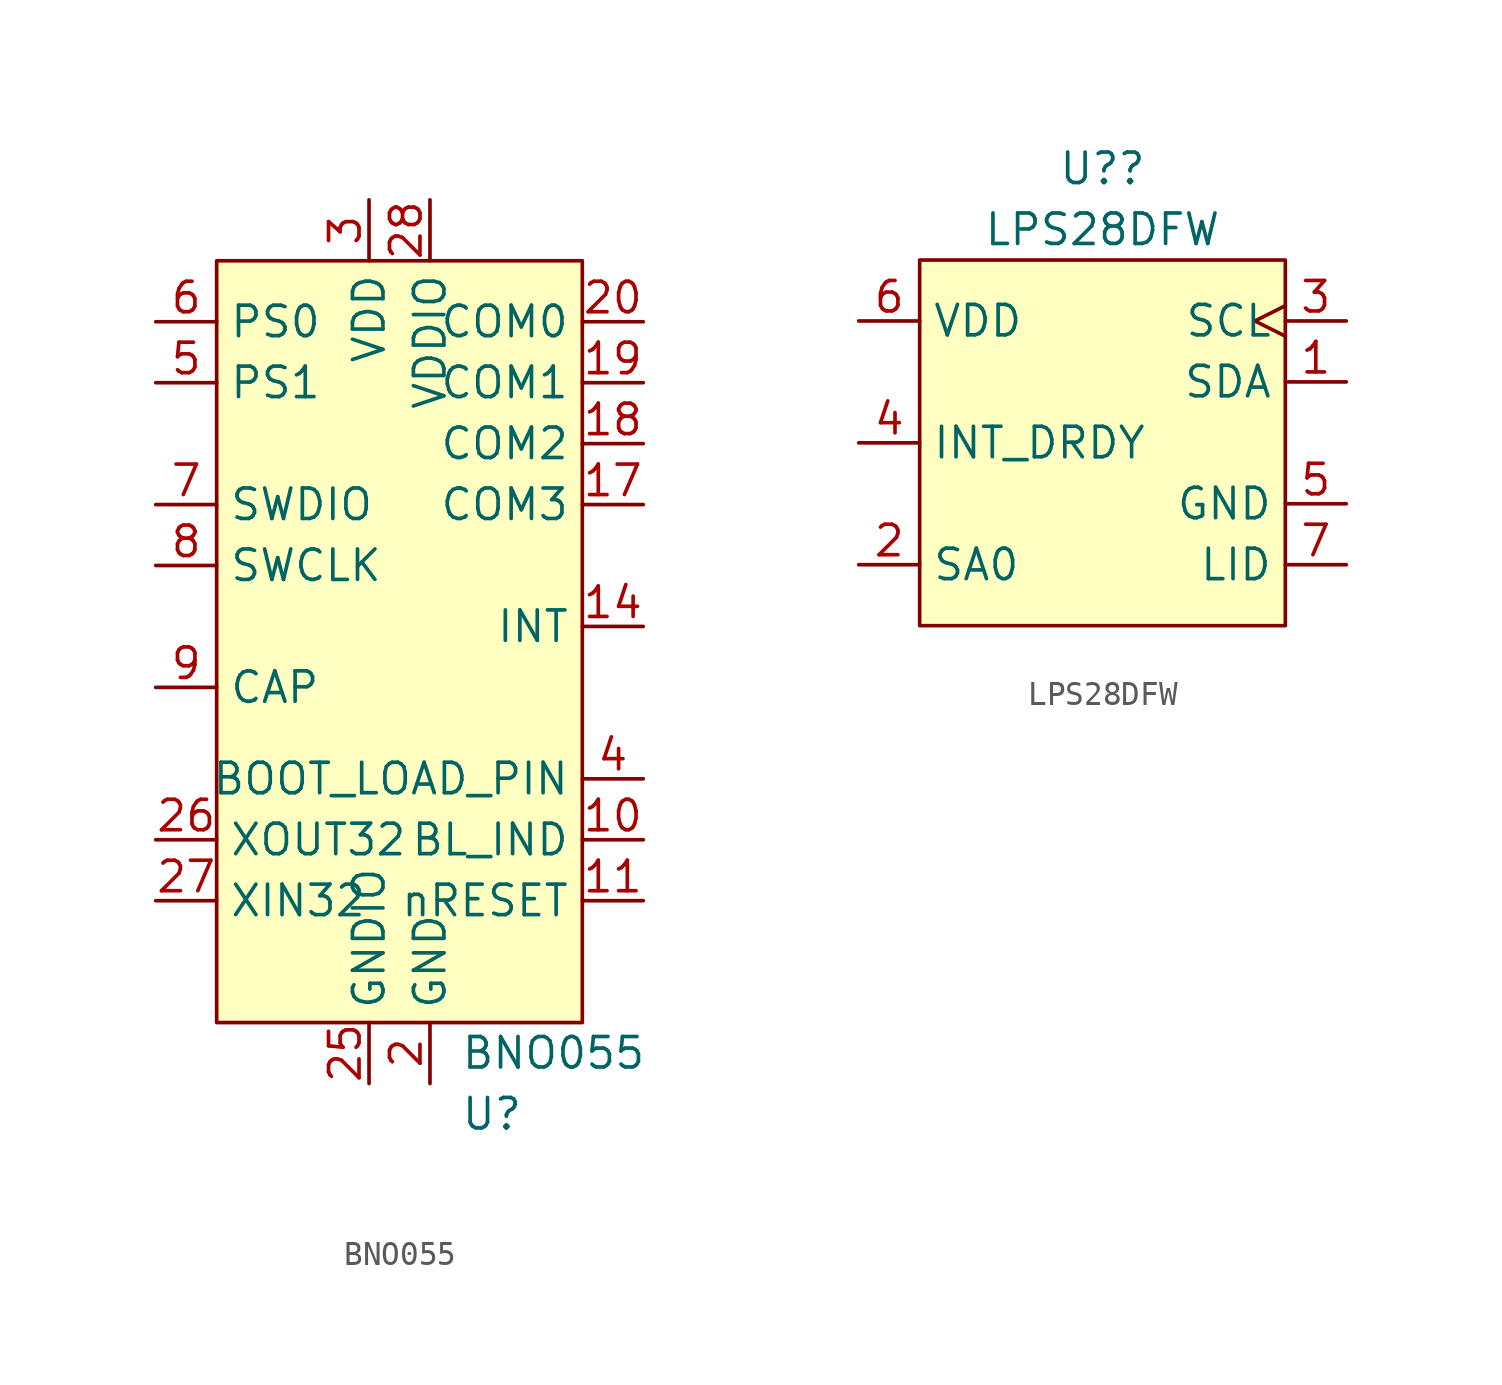
<source format=kicad_sym>
(kicad_symbol_lib
  (version 20241209)
  (generator "kicad_symbol_editor")
  (generator_version "9.0")
  (symbol "BNO055"
    (property "Reference" "U"
      (at 2.54 -35.56 0)
      (effects (font (size 1.27 1.27)) (justify left)))
    (property "Value" "BNO055"
      (at 2.54 -33.02 0)
      (effects (font (size 1.27 1.27)) (justify left)))
    (property "populate" ""
      (at 0 0 0)
      (effects (font (size 1.27 1.27))))
    (symbol "BNO055_0_1"
      (rectangle (start -7.62 0) (end 7.62 -31.75) (stroke (width 0) (type default)) (fill (type background))))
    (symbol "BNO055_1_1"
      (pin input line (at -10.16 -2.54 0) (length 2.54) (name "PS0" (effects (font (size 1.27 1.27)))) (number "6" (effects (font (size 1.27 1.27)))))
      (pin input line (at -10.16 -5.08 0) (length 2.54) (name "PS1" (effects (font (size 1.27 1.27)))) (number "5" (effects (font (size 1.27 1.27)))))
      (pin bidirectional line (at -10.16 -10.16 0) (length 2.54) (name "SWDIO" (effects (font (size 1.27 1.27)))) (number "7" (effects (font (size 1.27 1.27)))))
      (pin input line (at -10.16 -12.7 0) (length 2.54) (name "SWCLK" (effects (font (size 1.27 1.27)))) (number "8" (effects (font (size 1.27 1.27)))))
      (pin passive line (at -10.16 -17.78 0) (length 2.54) (name "CAP" (effects (font (size 1.27 1.27)))) (number "9" (effects (font (size 1.27 1.27)))))
      (pin input line (at -10.16 -24.13 0) (length 2.54) (name "XOUT32" (effects (font (size 1.27 1.27)))) (number "26" (effects (font (size 1.27 1.27)))))
      (pin input line (at -10.16 -26.67 0) (length 2.54) (name "XIN32" (effects (font (size 1.27 1.27)))) (number "27" (effects (font (size 1.27 1.27)))))
      (pin power_in line (at -1.27 2.54 270) (length 2.54) (name "VDD" (effects (font (size 1.27 1.27)))) (number "3" (effects (font (size 1.27 1.27)))))
      (pin passive line (at -1.27 -34.29 90) (length 2.54) (name "GNDIO" (effects (font (size 1.27 1.27)))) (number "25" (effects (font (size 1.27 1.27)))))
      (pin power_in line (at 1.27 2.54 270) (length 2.54) (name "VDDIO" (effects (font (size 1.27 1.27)))) (number "28" (effects (font (size 1.27 1.27)))))
      (pin passive line (at 1.27 -34.29 90) (length 2.54) (name "GND" (effects (font (size 1.27 1.27)))) (number "2" (effects (font (size 1.27 1.27)))))
      (pin bidirectional line (at 10.16 -2.54 180) (length 2.54) (name "COM0" (effects (font (size 1.27 1.27)))) (number "20" (effects (font (size 1.27 1.27)))))
      (pin bidirectional line (at 10.16 -5.08 180) (length 2.54) (name "COM1" (effects (font (size 1.27 1.27)))) (number "19" (effects (font (size 1.27 1.27)))))
      (pin bidirectional line (at 10.16 -7.62 180) (length 2.54) (name "COM2" (effects (font (size 1.27 1.27)))) (number "18" (effects (font (size 1.27 1.27)))))
      (pin input line (at 10.16 -10.16 180) (length 2.54) (name "COM3" (effects (font (size 1.27 1.27)))) (number "17" (effects (font (size 1.27 1.27)))))
      (pin output line (at 10.16 -15.24 180) (length 2.54) (name "INT" (effects (font (size 1.27 1.27)))) (number "14" (effects (font (size 1.27 1.27)))))
      (pin input line (at 10.16 -21.59 180) (length 2.54) (name "BOOT_LOAD_PIN" (effects (font (size 1.27 1.27)))) (number "4" (effects (font (size 1.27 1.27)))))
      (pin output line (at 10.16 -24.13 180) (length 2.54) (name "BL_IND" (effects (font (size 1.27 1.27)))) (number "10" (effects (font (size 1.27 1.27)))))
      (pin passive line (at 10.16 -26.67 180) (length 2.54) (name "nRESET" (effects (font (size 1.27 1.27)))) (number "11" (effects (font (size 1.27 1.27)))))
      (pin no_connect line (at 10.16 -29.21 180) (length 2.54) (hide yes) (name "DNC" (effects (font (size 1.27 1.27)))) (number "1" (effects (font (size 1.27 1.27)))))
      (pin no_connect line (at 10.16 -29.21 180) (length 2.54) (hide yes) (name "PIN12" (effects (font (size 1.27 1.27)))) (number "12" (effects (font (size 1.27 1.27)))))
      (pin no_connect line (at 10.16 -29.21 180) (length 2.54) (hide yes) (name "PIN13" (effects (font (size 1.27 1.27)))) (number "13" (effects (font (size 1.27 1.27)))))
      (pin no_connect line (at 10.16 -29.21 180) (length 2.54) (hide yes) (name "PIN15" (effects (font (size 1.27 1.27)))) (number "15" (effects (font (size 1.27 1.27)))))
      (pin no_connect line (at 10.16 -29.21 180) (length 2.54) (hide yes) (name "PIN16" (effects (font (size 1.27 1.27)))) (number "16" (effects (font (size 1.27 1.27)))))
      (pin no_connect line (at 10.16 -29.21 180) (length 2.54) (hide yes) (name "PIN21" (effects (font (size 1.27 1.27)))) (number "21" (effects (font (size 1.27 1.27)))))
      (pin no_connect line (at 10.16 -29.21 180) (length 2.54) (hide yes) (name "PIN22" (effects (font (size 1.27 1.27)))) (number "22" (effects (font (size 1.27 1.27)))))
      (pin no_connect line (at 10.16 -29.21 180) (length 2.54) (hide yes) (name "PIN23" (effects (font (size 1.27 1.27)))) (number "23" (effects (font (size 1.27 1.27)))))
      (pin no_connect line (at 10.16 -29.21 180) (length 2.54) (hide yes) (name "PIN24" (effects (font (size 1.27 1.27)))) (number "24" (effects (font (size 1.27 1.27)))))))
  (symbol "LPS28DFW"
    (property "Reference" "U?"
      (at 0 11.43 0)
      (do_not_autoplace)
      (effects (font (size 1.27 1.27))))
    (property "Value" "LPS28DFW"
      (at 0 8.89 0)
      (do_not_autoplace)
      (effects (font (size 1.27 1.27))))
    (symbol "LPS28DFW_0_0"
      (pin power_in line (at -10.16 5.08 0) (length 2.54) (name "VDD" (effects (font (size 1.27 1.27)))) (number "6" (effects (font (size 1.27 1.27)))))
      (pin output line (at -10.16 0 0) (length 2.54) (name "INT_DRDY" (effects (font (size 1.27 1.27)))) (number "4" (effects (font (size 1.27 1.27)))))
      (pin input line (at -10.16 -5.08 0) (length 2.54) (name "SA0" (effects (font (size 1.27 1.27)))) (number "2" (effects (font (size 1.27 1.27)))))
      (pin bidirectional clock (at 10.16 5.08 180) (length 2.54) (name "SCL" (effects (font (size 1.27 1.27)))) (number "3" (effects (font (size 1.27 1.27)))))
      (pin bidirectional line (at 10.16 2.54 180) (length 2.54) (name "SDA" (effects (font (size 1.27 1.27)))) (number "1" (effects (font (size 1.27 1.27)))))
      (pin passive line (at 10.16 -2.54 180) (length 2.54) (name "GND" (effects (font (size 1.27 1.27)))) (number "5" (effects (font (size 1.27 1.27))))))
    (symbol "LPS28DFW_1_0"
      (pin passive line (at 10.16 -5.08 180) (length 2.54) (name "LID" (effects (font (size 1.27 1.27)))) (number "7" (effects (font (size 1.27 1.27))))))
    (symbol "LPS28DFW_1_1"
      (rectangle (start -7.62 7.62) (end 7.62 -7.62) (stroke (width 0) (type solid)) (fill (type background))))))
</source>
